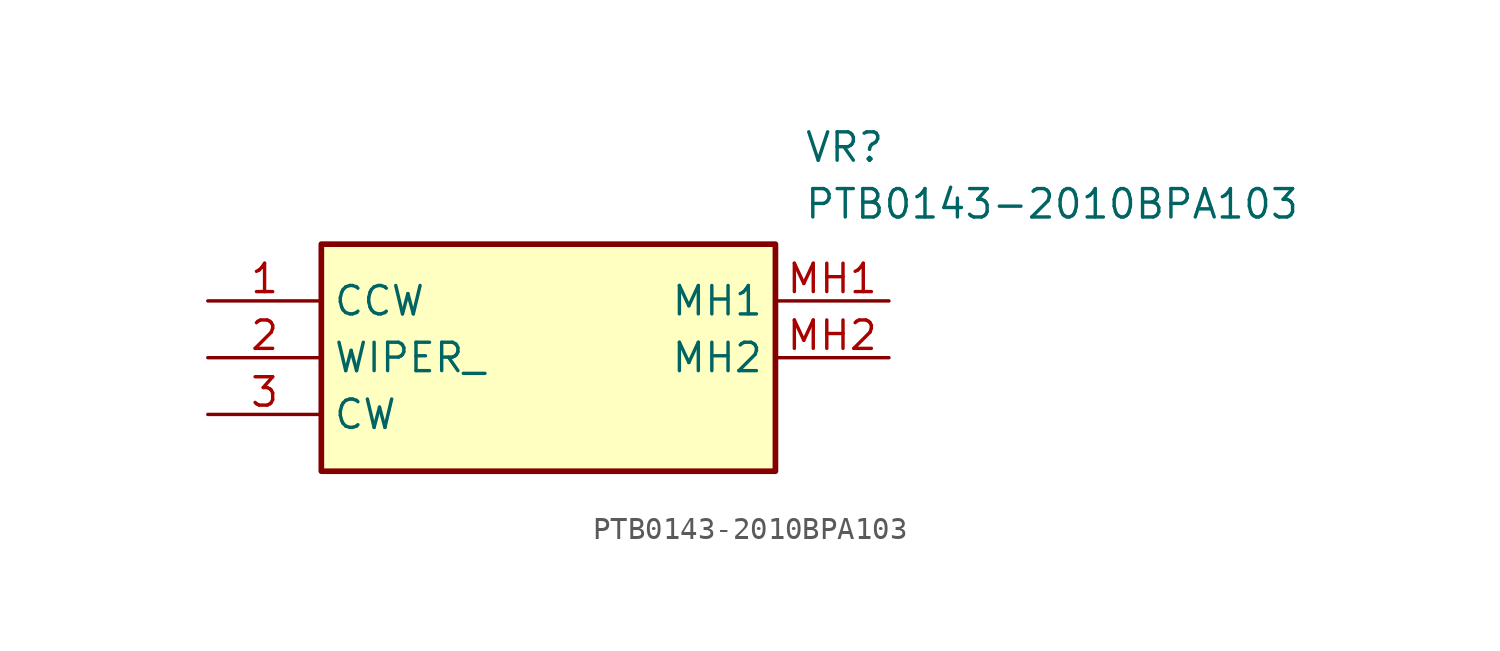
<source format=kicad_sym>
(kicad_symbol_lib
  (version 20211014)
  (generator SamacSys_ECAD_Model)
  (symbol "PTB0143-2010BPA103"
    (property "Reference" "VR"
      (at 26.67 7.62 0)
      (effects (font (size 1.27 1.27)) (justify left top)))
    (property "Value" "PTB0143-2010BPA103"
      (at 26.67 5.08 0)
      (effects (font (size 1.27 1.27)) (justify left top)))
    (rectangle
      (start 5.08 2.54)
      (end 25.4 -7.62)
      (stroke (width 0.254) (type default))
      (fill (type background)))
    (pin passive line
      (at 0 0 0)
      (length 5.08)
      (name "CCW" (effects (font (size 1.27 1.27))))
      (number "1" (effects (font (size 1.27 1.27)))))
    (pin passive line
      (at 0 -2.54 0)
      (length 5.08)
      (name "WIPER_" (effects (font (size 1.27 1.27))))
      (number "2" (effects (font (size 1.27 1.27)))))
    (pin passive line
      (at 0 -5.08 0)
      (length 5.08)
      (name "CW" (effects (font (size 1.27 1.27))))
      (number "3" (effects (font (size 1.27 1.27)))))
    (pin passive line
      (at 30.48 0 180)
      (length 5.08)
      (name "MH1" (effects (font (size 1.27 1.27))))
      (number "MH1" (effects (font (size 1.27 1.27)))))
    (pin passive line
      (at 30.48 -2.54 180)
      (length 5.08)
      (name "MH2" (effects (font (size 1.27 1.27))))
      (number "MH2" (effects (font (size 1.27 1.27)))))))
</source>
